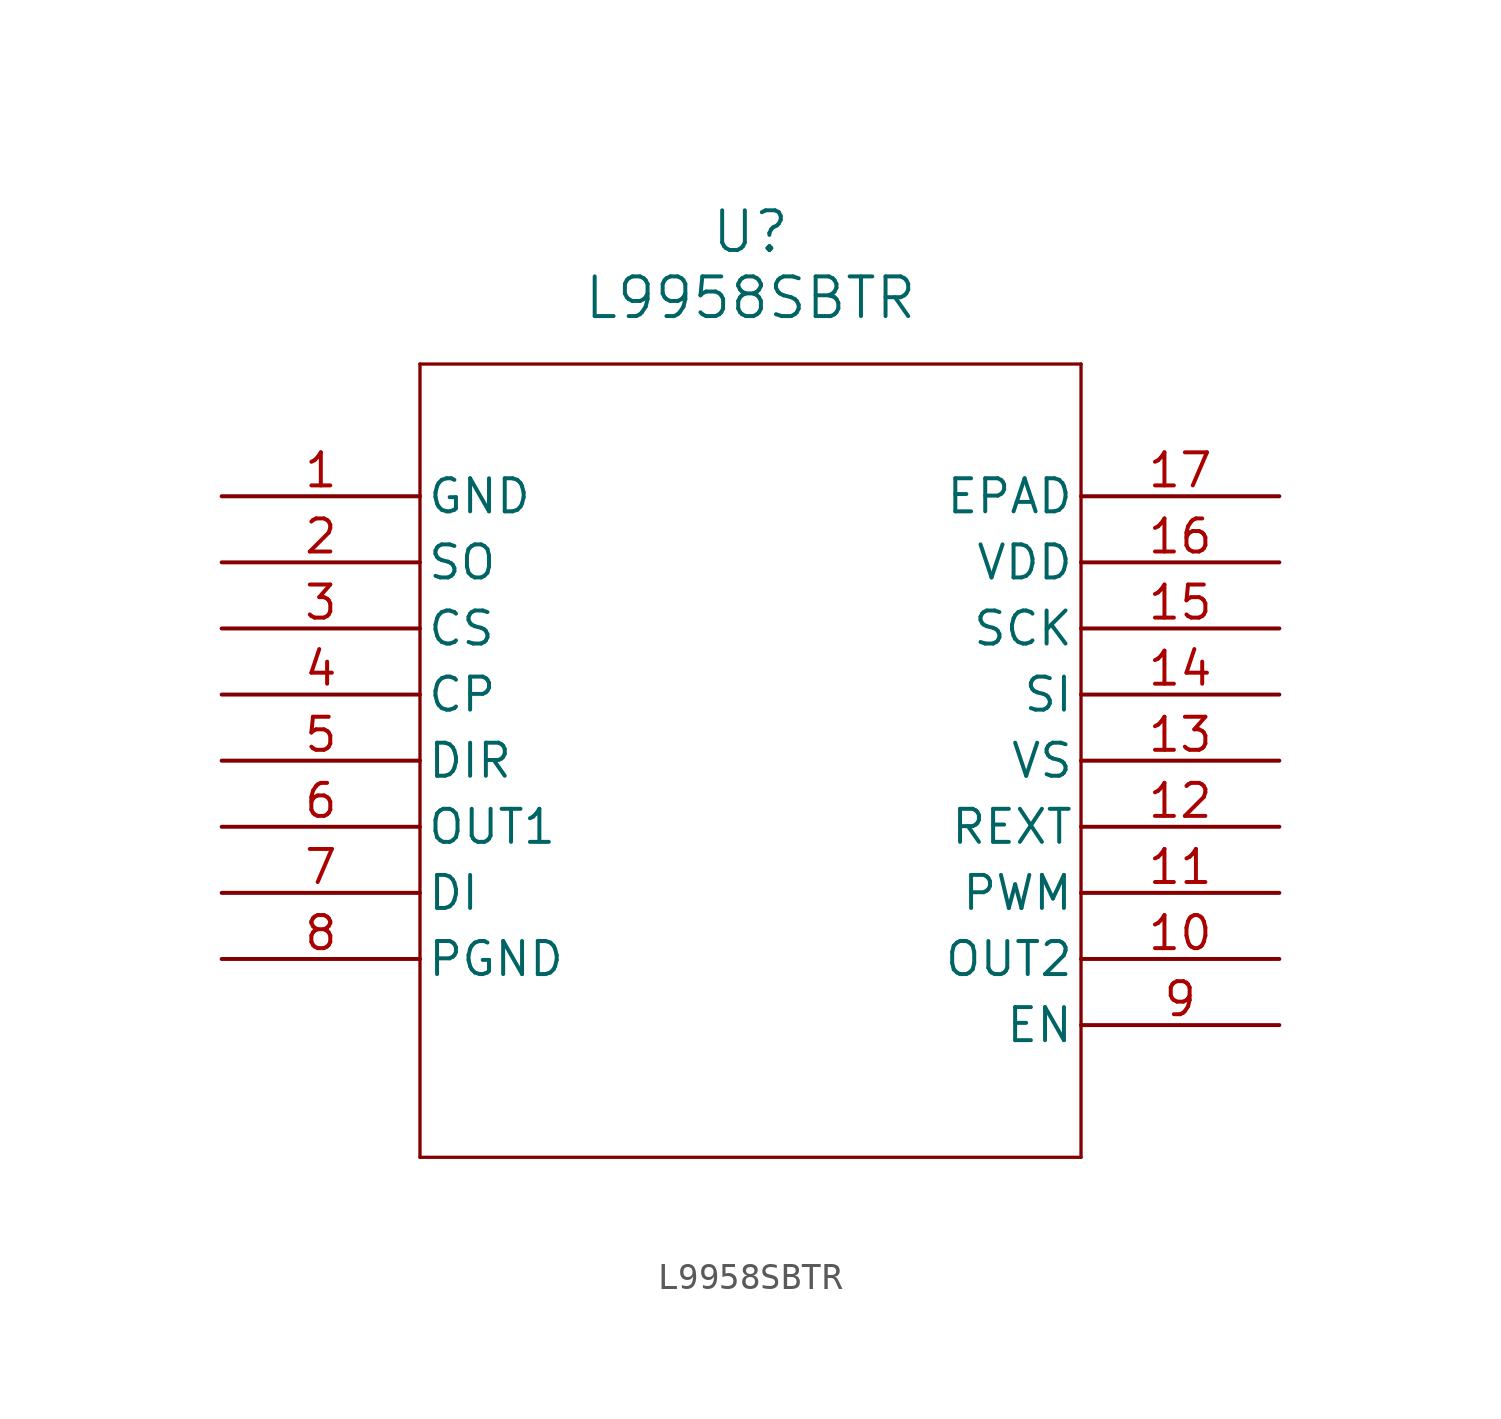
<source format=kicad_sym>
(kicad_symbol_lib
  (version 20211014)
  (generator kicad_symbol_editor)
  (symbol "L9958SBTR"
    (pin_names
      (offset 0.254))
    (property "Reference" "U"
      (at 20.32 10.16 0)
      (effects (font (size 1.524 1.524))))
    (property "Value" "L9958SBTR"
      (at 20.32 7.62 0)
      (effects (font (size 1.524 1.524))))
    (symbol "L9958SBTR_0_1"
      (polyline (pts (xy 7.62 5.08) (xy 7.62 -25.4)) (stroke (width 0.127) (type default) (color 0 0 0 0)) (fill (type none)))
      (polyline (pts (xy 7.62 -25.4) (xy 33.02 -25.4)) (stroke (width 0.127) (type default) (color 0 0 0 0)) (fill (type none)))
      (polyline (pts (xy 33.02 -25.4) (xy 33.02 5.08)) (stroke (width 0.127) (type default) (color 0 0 0 0)) (fill (type none)))
      (polyline (pts (xy 33.02 5.08) (xy 7.62 5.08)) (stroke (width 0.127) (type default) (color 0 0 0 0)) (fill (type none)))
      (pin power_out line (at 0 0 0) (length 7.62) (name "GND" (effects (font (size 1.27 1.27)))) (number "1" (effects (font (size 1.27 1.27)))))
      (pin output line (at 0 -2.54 0) (length 7.62) (name "SO" (effects (font (size 1.27 1.27)))) (number "2" (effects (font (size 1.27 1.27)))))
      (pin unspecified line (at 0 -5.08 0) (length 7.62) (name "CS" (effects (font (size 1.27 1.27)))) (number "3" (effects (font (size 1.27 1.27)))))
      (pin unspecified line (at 0 -7.62 0) (length 7.62) (name "CP" (effects (font (size 1.27 1.27)))) (number "4" (effects (font (size 1.27 1.27)))))
      (pin input line (at 0 -10.16 0) (length 7.62) (name "DIR" (effects (font (size 1.27 1.27)))) (number "5" (effects (font (size 1.27 1.27)))))
      (pin output line (at 0 -12.7 0) (length 7.62) (name "OUT1" (effects (font (size 1.27 1.27)))) (number "6" (effects (font (size 1.27 1.27)))))
      (pin unspecified line (at 0 -15.24 0) (length 7.62) (name "DI" (effects (font (size 1.27 1.27)))) (number "7" (effects (font (size 1.27 1.27)))))
      (pin power_out line (at 0 -17.78 0) (length 7.62) (name "PGND" (effects (font (size 1.27 1.27)))) (number "8" (effects (font (size 1.27 1.27)))))
      (pin unspecified line (at 40.64 -20.32 180) (length 7.62) (name "EN" (effects (font (size 1.27 1.27)))) (number "9" (effects (font (size 1.27 1.27)))))
      (pin output line (at 40.64 -17.78 180) (length 7.62) (name "OUT2" (effects (font (size 1.27 1.27)))) (number "10" (effects (font (size 1.27 1.27)))))
      (pin input line (at 40.64 -15.24 180) (length 7.62) (name "PWM" (effects (font (size 1.27 1.27)))) (number "11" (effects (font (size 1.27 1.27)))))
      (pin unspecified line (at 40.64 -12.7 180) (length 7.62) (name "REXT" (effects (font (size 1.27 1.27)))) (number "12" (effects (font (size 1.27 1.27)))))
      (pin power_in line (at 40.64 -10.16 180) (length 7.62) (name "VS" (effects (font (size 1.27 1.27)))) (number "13" (effects (font (size 1.27 1.27)))))
      (pin input line (at 40.64 -7.62 180) (length 7.62) (name "SI" (effects (font (size 1.27 1.27)))) (number "14" (effects (font (size 1.27 1.27)))))
      (pin unspecified line (at 40.64 -5.08 180) (length 7.62) (name "SCK" (effects (font (size 1.27 1.27)))) (number "15" (effects (font (size 1.27 1.27)))))
      (pin power_in line (at 40.64 -2.54 180) (length 7.62) (name "VDD" (effects (font (size 1.27 1.27)))) (number "16" (effects (font (size 1.27 1.27)))))
      (pin power_out line (at 40.64 0 180) (length 7.62) (name "EPAD" (effects (font (size 1.27 1.27)))) (number "17" (effects (font (size 1.27 1.27))))))))
</source>
